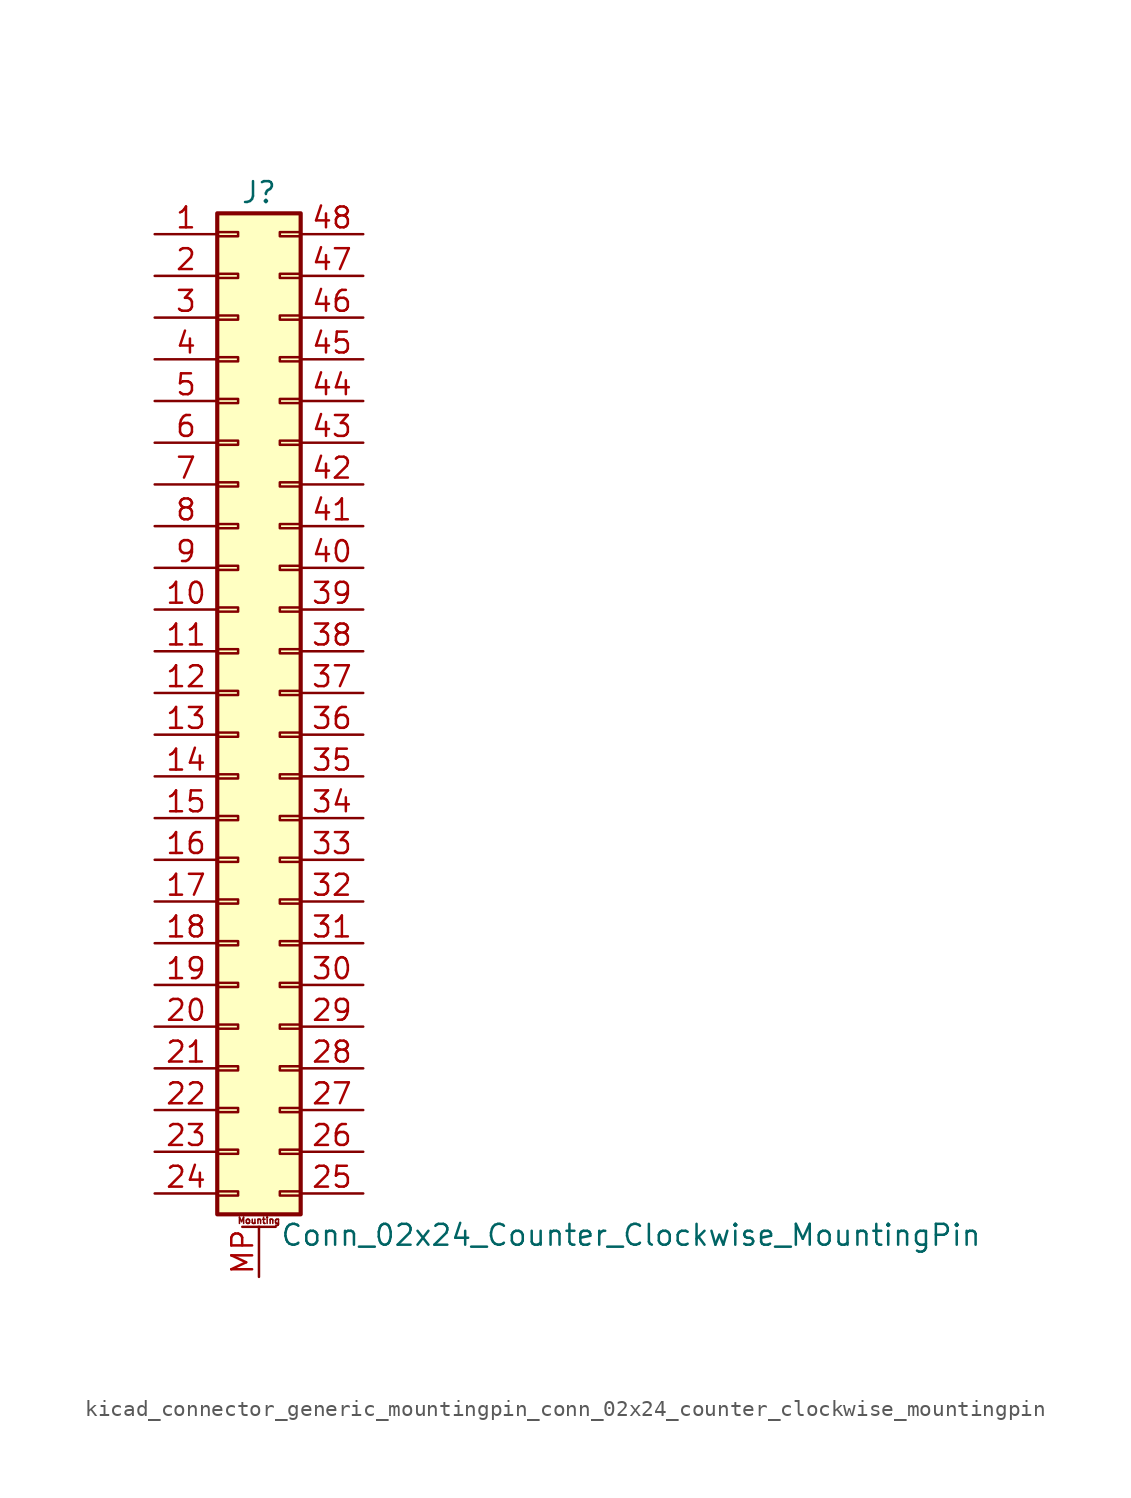
<source format=kicad_sym>
(kicad_symbol_lib
  (version 20220914)
  (generator kicad_symbol_editor)
  (symbol "kicad_connector_generic_mountingpin_conn_02x24_counter_clockwise_mountingpin"
    (pin_names
      (offset 1.016) hide)
    (property "Reference" "J"
      (at 1.27 30.48 0)
      (effects (font (size 1.27 1.27))))
    (property "Value" "Conn_02x24_Counter_Clockwise_MountingPin"
      (at 2.54 -33.02 0)
      (effects (font (size 1.27 1.27)) (justify left)))
    (symbol "kicad_connector_generic_mountingpin_conn_02x24_counter_clockwise_mountingpin_1_1"
      (rectangle (start -1.27 -30.353) (end 0 -30.607) (stroke (width 0.152) (type default)) (fill (type none)))
      (rectangle (start -1.27 -27.813) (end 0 -28.067) (stroke (width 0.152) (type default)) (fill (type none)))
      (rectangle (start -1.27 -25.273) (end 0 -25.527) (stroke (width 0.152) (type default)) (fill (type none)))
      (rectangle (start -1.27 -22.733) (end 0 -22.987) (stroke (width 0.152) (type default)) (fill (type none)))
      (rectangle (start -1.27 -20.193) (end 0 -20.447) (stroke (width 0.152) (type default)) (fill (type none)))
      (rectangle (start -1.27 -17.653) (end 0 -17.907) (stroke (width 0.152) (type default)) (fill (type none)))
      (rectangle (start -1.27 -15.113) (end 0 -15.367) (stroke (width 0.152) (type default)) (fill (type none)))
      (rectangle (start -1.27 -12.573) (end 0 -12.827) (stroke (width 0.152) (type default)) (fill (type none)))
      (rectangle (start -1.27 -10.033) (end 0 -10.287) (stroke (width 0.152) (type default)) (fill (type none)))
      (rectangle (start -1.27 -7.493) (end 0 -7.747) (stroke (width 0.152) (type default)) (fill (type none)))
      (rectangle (start -1.27 -4.953) (end 0 -5.207) (stroke (width 0.152) (type default)) (fill (type none)))
      (rectangle (start -1.27 -2.413) (end 0 -2.667) (stroke (width 0.152) (type default)) (fill (type none)))
      (rectangle (start -1.27 0.127) (end 0 -0.127) (stroke (width 0.152) (type default)) (fill (type none)))
      (rectangle (start -1.27 2.667) (end 0 2.413) (stroke (width 0.152) (type default)) (fill (type none)))
      (rectangle (start -1.27 5.207) (end 0 4.953) (stroke (width 0.152) (type default)) (fill (type none)))
      (rectangle (start -1.27 7.747) (end 0 7.493) (stroke (width 0.152) (type default)) (fill (type none)))
      (rectangle (start -1.27 10.287) (end 0 10.033) (stroke (width 0.152) (type default)) (fill (type none)))
      (rectangle (start -1.27 12.827) (end 0 12.573) (stroke (width 0.152) (type default)) (fill (type none)))
      (rectangle (start -1.27 15.367) (end 0 15.113) (stroke (width 0.152) (type default)) (fill (type none)))
      (rectangle (start -1.27 17.907) (end 0 17.653) (stroke (width 0.152) (type default)) (fill (type none)))
      (rectangle (start -1.27 20.447) (end 0 20.193) (stroke (width 0.152) (type default)) (fill (type none)))
      (rectangle (start -1.27 22.987) (end 0 22.733) (stroke (width 0.152) (type default)) (fill (type none)))
      (rectangle (start -1.27 25.527) (end 0 25.273) (stroke (width 0.152) (type default)) (fill (type none)))
      (rectangle (start -1.27 28.067) (end 0 27.813) (stroke (width 0.152) (type default)) (fill (type none)))
      (rectangle (start -1.27 29.21) (end 3.81 -31.75) (stroke (width 0.254) (type default)) (fill (type background)))
      (polyline (pts (xy 0.254 -32.512) (xy 2.286 -32.512)) (stroke (width 0.152) (type default)) (fill (type none)))
      (rectangle (start 3.81 -30.353) (end 2.54 -30.607) (stroke (width 0.152) (type default)) (fill (type none)))
      (rectangle (start 3.81 -27.813) (end 2.54 -28.067) (stroke (width 0.152) (type default)) (fill (type none)))
      (rectangle (start 3.81 -25.273) (end 2.54 -25.527) (stroke (width 0.152) (type default)) (fill (type none)))
      (rectangle (start 3.81 -22.733) (end 2.54 -22.987) (stroke (width 0.152) (type default)) (fill (type none)))
      (rectangle (start 3.81 -20.193) (end 2.54 -20.447) (stroke (width 0.152) (type default)) (fill (type none)))
      (rectangle (start 3.81 -17.653) (end 2.54 -17.907) (stroke (width 0.152) (type default)) (fill (type none)))
      (rectangle (start 3.81 -15.113) (end 2.54 -15.367) (stroke (width 0.152) (type default)) (fill (type none)))
      (rectangle (start 3.81 -12.573) (end 2.54 -12.827) (stroke (width 0.152) (type default)) (fill (type none)))
      (rectangle (start 3.81 -10.033) (end 2.54 -10.287) (stroke (width 0.152) (type default)) (fill (type none)))
      (rectangle (start 3.81 -7.493) (end 2.54 -7.747) (stroke (width 0.152) (type default)) (fill (type none)))
      (rectangle (start 3.81 -4.953) (end 2.54 -5.207) (stroke (width 0.152) (type default)) (fill (type none)))
      (rectangle (start 3.81 -2.413) (end 2.54 -2.667) (stroke (width 0.152) (type default)) (fill (type none)))
      (rectangle (start 3.81 0.127) (end 2.54 -0.127) (stroke (width 0.152) (type default)) (fill (type none)))
      (rectangle (start 3.81 2.667) (end 2.54 2.413) (stroke (width 0.152) (type default)) (fill (type none)))
      (rectangle (start 3.81 5.207) (end 2.54 4.953) (stroke (width 0.152) (type default)) (fill (type none)))
      (rectangle (start 3.81 7.747) (end 2.54 7.493) (stroke (width 0.152) (type default)) (fill (type none)))
      (rectangle (start 3.81 10.287) (end 2.54 10.033) (stroke (width 0.152) (type default)) (fill (type none)))
      (rectangle (start 3.81 12.827) (end 2.54 12.573) (stroke (width 0.152) (type default)) (fill (type none)))
      (rectangle (start 3.81 15.367) (end 2.54 15.113) (stroke (width 0.152) (type default)) (fill (type none)))
      (rectangle (start 3.81 17.907) (end 2.54 17.653) (stroke (width 0.152) (type default)) (fill (type none)))
      (rectangle (start 3.81 20.447) (end 2.54 20.193) (stroke (width 0.152) (type default)) (fill (type none)))
      (rectangle (start 3.81 22.987) (end 2.54 22.733) (stroke (width 0.152) (type default)) (fill (type none)))
      (rectangle (start 3.81 25.527) (end 2.54 25.273) (stroke (width 0.152) (type default)) (fill (type none)))
      (rectangle (start 3.81 28.067) (end 2.54 27.813) (stroke (width 0.152) (type default)) (fill (type none)))
      (text "Mounting" (at 1.27 -32.131 0) (effects (font (size 0.381 0.381))))
      (pin passive line (at -5.08 27.94 0) (length 3.81) (name "Pin_1" (effects (font (size 1.27 1.27)))) (number "1" (effects (font (size 1.27 1.27)))))
      (pin passive line (at -5.08 5.08 0) (length 3.81) (name "Pin_10" (effects (font (size 1.27 1.27)))) (number "10" (effects (font (size 1.27 1.27)))))
      (pin passive line (at -5.08 2.54 0) (length 3.81) (name "Pin_11" (effects (font (size 1.27 1.27)))) (number "11" (effects (font (size 1.27 1.27)))))
      (pin passive line (at -5.08 0 0) (length 3.81) (name "Pin_12" (effects (font (size 1.27 1.27)))) (number "12" (effects (font (size 1.27 1.27)))))
      (pin passive line (at -5.08 -2.54 0) (length 3.81) (name "Pin_13" (effects (font (size 1.27 1.27)))) (number "13" (effects (font (size 1.27 1.27)))))
      (pin passive line (at -5.08 -5.08 0) (length 3.81) (name "Pin_14" (effects (font (size 1.27 1.27)))) (number "14" (effects (font (size 1.27 1.27)))))
      (pin passive line (at -5.08 -7.62 0) (length 3.81) (name "Pin_15" (effects (font (size 1.27 1.27)))) (number "15" (effects (font (size 1.27 1.27)))))
      (pin passive line (at -5.08 -10.16 0) (length 3.81) (name "Pin_16" (effects (font (size 1.27 1.27)))) (number "16" (effects (font (size 1.27 1.27)))))
      (pin passive line (at -5.08 -12.7 0) (length 3.81) (name "Pin_17" (effects (font (size 1.27 1.27)))) (number "17" (effects (font (size 1.27 1.27)))))
      (pin passive line (at -5.08 -15.24 0) (length 3.81) (name "Pin_18" (effects (font (size 1.27 1.27)))) (number "18" (effects (font (size 1.27 1.27)))))
      (pin passive line (at -5.08 -17.78 0) (length 3.81) (name "Pin_19" (effects (font (size 1.27 1.27)))) (number "19" (effects (font (size 1.27 1.27)))))
      (pin passive line (at -5.08 25.4 0) (length 3.81) (name "Pin_2" (effects (font (size 1.27 1.27)))) (number "2" (effects (font (size 1.27 1.27)))))
      (pin passive line (at -5.08 -20.32 0) (length 3.81) (name "Pin_20" (effects (font (size 1.27 1.27)))) (number "20" (effects (font (size 1.27 1.27)))))
      (pin passive line (at -5.08 -22.86 0) (length 3.81) (name "Pin_21" (effects (font (size 1.27 1.27)))) (number "21" (effects (font (size 1.27 1.27)))))
      (pin passive line (at -5.08 -25.4 0) (length 3.81) (name "Pin_22" (effects (font (size 1.27 1.27)))) (number "22" (effects (font (size 1.27 1.27)))))
      (pin passive line (at -5.08 -27.94 0) (length 3.81) (name "Pin_23" (effects (font (size 1.27 1.27)))) (number "23" (effects (font (size 1.27 1.27)))))
      (pin passive line (at -5.08 -30.48 0) (length 3.81) (name "Pin_24" (effects (font (size 1.27 1.27)))) (number "24" (effects (font (size 1.27 1.27)))))
      (pin passive line (at 7.62 -30.48 180) (length 3.81) (name "Pin_25" (effects (font (size 1.27 1.27)))) (number "25" (effects (font (size 1.27 1.27)))))
      (pin passive line (at 7.62 -27.94 180) (length 3.81) (name "Pin_26" (effects (font (size 1.27 1.27)))) (number "26" (effects (font (size 1.27 1.27)))))
      (pin passive line (at 7.62 -25.4 180) (length 3.81) (name "Pin_27" (effects (font (size 1.27 1.27)))) (number "27" (effects (font (size 1.27 1.27)))))
      (pin passive line (at 7.62 -22.86 180) (length 3.81) (name "Pin_28" (effects (font (size 1.27 1.27)))) (number "28" (effects (font (size 1.27 1.27)))))
      (pin passive line (at 7.62 -20.32 180) (length 3.81) (name "Pin_29" (effects (font (size 1.27 1.27)))) (number "29" (effects (font (size 1.27 1.27)))))
      (pin passive line (at -5.08 22.86 0) (length 3.81) (name "Pin_3" (effects (font (size 1.27 1.27)))) (number "3" (effects (font (size 1.27 1.27)))))
      (pin passive line (at 7.62 -17.78 180) (length 3.81) (name "Pin_30" (effects (font (size 1.27 1.27)))) (number "30" (effects (font (size 1.27 1.27)))))
      (pin passive line (at 7.62 -15.24 180) (length 3.81) (name "Pin_31" (effects (font (size 1.27 1.27)))) (number "31" (effects (font (size 1.27 1.27)))))
      (pin passive line (at 7.62 -12.7 180) (length 3.81) (name "Pin_32" (effects (font (size 1.27 1.27)))) (number "32" (effects (font (size 1.27 1.27)))))
      (pin passive line (at 7.62 -10.16 180) (length 3.81) (name "Pin_33" (effects (font (size 1.27 1.27)))) (number "33" (effects (font (size 1.27 1.27)))))
      (pin passive line (at 7.62 -7.62 180) (length 3.81) (name "Pin_34" (effects (font (size 1.27 1.27)))) (number "34" (effects (font (size 1.27 1.27)))))
      (pin passive line (at 7.62 -5.08 180) (length 3.81) (name "Pin_35" (effects (font (size 1.27 1.27)))) (number "35" (effects (font (size 1.27 1.27)))))
      (pin passive line (at 7.62 -2.54 180) (length 3.81) (name "Pin_36" (effects (font (size 1.27 1.27)))) (number "36" (effects (font (size 1.27 1.27)))))
      (pin passive line (at 7.62 0 180) (length 3.81) (name "Pin_37" (effects (font (size 1.27 1.27)))) (number "37" (effects (font (size 1.27 1.27)))))
      (pin passive line (at 7.62 2.54 180) (length 3.81) (name "Pin_38" (effects (font (size 1.27 1.27)))) (number "38" (effects (font (size 1.27 1.27)))))
      (pin passive line (at 7.62 5.08 180) (length 3.81) (name "Pin_39" (effects (font (size 1.27 1.27)))) (number "39" (effects (font (size 1.27 1.27)))))
      (pin passive line (at -5.08 20.32 0) (length 3.81) (name "Pin_4" (effects (font (size 1.27 1.27)))) (number "4" (effects (font (size 1.27 1.27)))))
      (pin passive line (at 7.62 7.62 180) (length 3.81) (name "Pin_40" (effects (font (size 1.27 1.27)))) (number "40" (effects (font (size 1.27 1.27)))))
      (pin passive line (at 7.62 10.16 180) (length 3.81) (name "Pin_41" (effects (font (size 1.27 1.27)))) (number "41" (effects (font (size 1.27 1.27)))))
      (pin passive line (at 7.62 12.7 180) (length 3.81) (name "Pin_42" (effects (font (size 1.27 1.27)))) (number "42" (effects (font (size 1.27 1.27)))))
      (pin passive line (at 7.62 15.24 180) (length 3.81) (name "Pin_43" (effects (font (size 1.27 1.27)))) (number "43" (effects (font (size 1.27 1.27)))))
      (pin passive line (at 7.62 17.78 180) (length 3.81) (name "Pin_44" (effects (font (size 1.27 1.27)))) (number "44" (effects (font (size 1.27 1.27)))))
      (pin passive line (at 7.62 20.32 180) (length 3.81) (name "Pin_45" (effects (font (size 1.27 1.27)))) (number "45" (effects (font (size 1.27 1.27)))))
      (pin passive line (at 7.62 22.86 180) (length 3.81) (name "Pin_46" (effects (font (size 1.27 1.27)))) (number "46" (effects (font (size 1.27 1.27)))))
      (pin passive line (at 7.62 25.4 180) (length 3.81) (name "Pin_47" (effects (font (size 1.27 1.27)))) (number "47" (effects (font (size 1.27 1.27)))))
      (pin passive line (at 7.62 27.94 180) (length 3.81) (name "Pin_48" (effects (font (size 1.27 1.27)))) (number "48" (effects (font (size 1.27 1.27)))))
      (pin passive line (at -5.08 17.78 0) (length 3.81) (name "Pin_5" (effects (font (size 1.27 1.27)))) (number "5" (effects (font (size 1.27 1.27)))))
      (pin passive line (at -5.08 15.24 0) (length 3.81) (name "Pin_6" (effects (font (size 1.27 1.27)))) (number "6" (effects (font (size 1.27 1.27)))))
      (pin passive line (at -5.08 12.7 0) (length 3.81) (name "Pin_7" (effects (font (size 1.27 1.27)))) (number "7" (effects (font (size 1.27 1.27)))))
      (pin passive line (at -5.08 10.16 0) (length 3.81) (name "Pin_8" (effects (font (size 1.27 1.27)))) (number "8" (effects (font (size 1.27 1.27)))))
      (pin passive line (at -5.08 7.62 0) (length 3.81) (name "Pin_9" (effects (font (size 1.27 1.27)))) (number "9" (effects (font (size 1.27 1.27)))))
      (pin passive line (at 1.27 -35.56 90) (length 3.048) (name "MountPin" (effects (font (size 1.27 1.27)))) (number "MP" (effects (font (size 1.27 1.27))))))))
</source>
